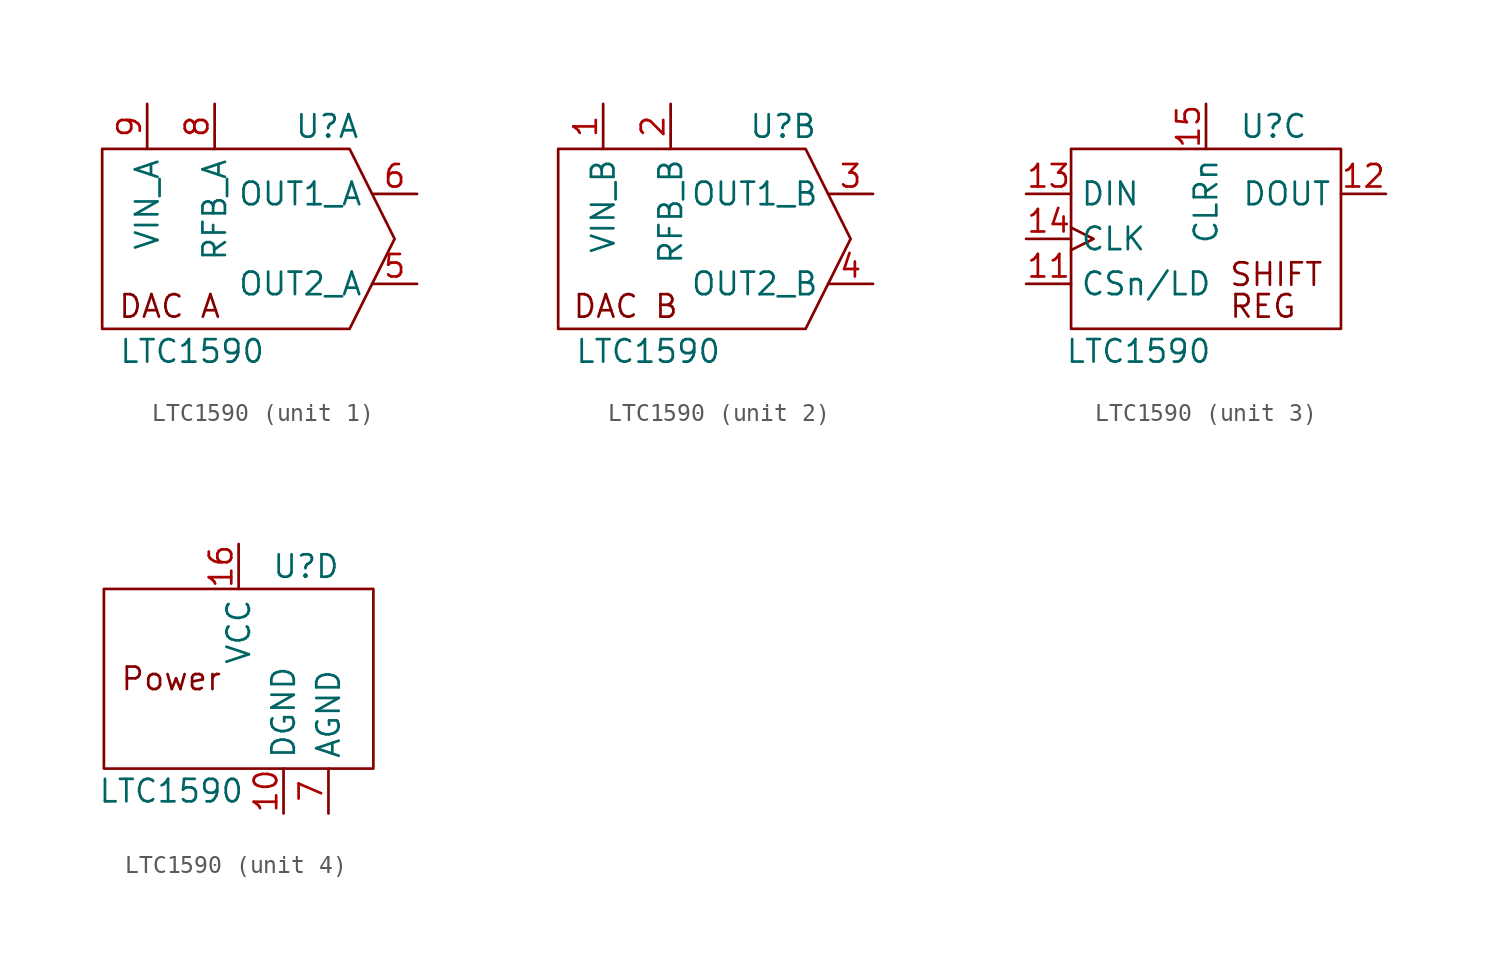
<source format=kicad_sym>
(kicad_symbol_lib
  (version 20231120)
  (generator "kicad_symbol_editor")
  (generator_version "8.0")
  (symbol "LTC1590"
    (property "Reference" "U"
      (at 3.81 6.35 0)
      (effects (font (size 1.27 1.27))))
    (property "Value" "LTC1590"
      (at -3.81 -6.35 0)
      (effects (font (size 1.27 1.27))))
    (property "ki_locked" ""
      (at 0 0 0)
      (effects (font (size 1.27 1.27))))
    (symbol "LTC1590_1_0"
      (text "DAC A" (at -5.08 -3.81 0) (effects (font (size 1.27 1.27)))))
    (symbol "LTC1590_1_1"
      (polyline (pts (xy -8.89 5.08) (xy -8.89 -5.08) (xy 5.08 -5.08) (xy 7.62 0) (xy 5.08 5.08) (xy -8.89 5.08)) (stroke (width 0) (type default)) (fill (type none)))
      (pin output line (at 8.89 -2.54 180) (length 2.54) (name "OUT2_A" (effects (font (size 1.27 1.27)))) (number "5" (effects (font (size 1.27 1.27)))))
      (pin output line (at 8.89 2.54 180) (length 2.54) (name "OUT1_A" (effects (font (size 1.27 1.27)))) (number "6" (effects (font (size 1.27 1.27)))))
      (pin input line (at -2.54 7.62 270) (length 2.54) (name "RFB_A" (effects (font (size 1.27 1.27)))) (number "8" (effects (font (size 1.27 1.27)))))
      (pin input line (at -6.35 7.62 270) (length 2.54) (name "VIN_A" (effects (font (size 1.27 1.27)))) (number "9" (effects (font (size 1.27 1.27))))))
    (symbol "LTC1590_2_0"
      (text "DAC B" (at -5.08 -3.81 0) (effects (font (size 1.27 1.27)))))
    (symbol "LTC1590_2_1"
      (polyline (pts (xy -8.89 5.08) (xy -8.89 -5.08) (xy 5.08 -5.08) (xy 7.62 0) (xy 5.08 5.08) (xy -8.89 5.08)) (stroke (width 0) (type default)) (fill (type none)))
      (pin input line (at -6.35 7.62 270) (length 2.54) (name "VIN_B" (effects (font (size 1.27 1.27)))) (number "1" (effects (font (size 1.27 1.27)))))
      (pin input line (at -2.54 7.62 270) (length 2.54) (name "RFB_B" (effects (font (size 1.27 1.27)))) (number "2" (effects (font (size 1.27 1.27)))))
      (pin output line (at 8.89 2.54 180) (length 2.54) (name "OUT1_B" (effects (font (size 1.27 1.27)))) (number "3" (effects (font (size 1.27 1.27)))))
      (pin output line (at 8.89 -2.54 180) (length 2.54) (name "OUT2_B" (effects (font (size 1.27 1.27)))) (number "4" (effects (font (size 1.27 1.27))))))
    (symbol "LTC1590_3_0"
      (rectangle (start -7.62 5.08) (end 7.62 -5.08) (stroke (width 0) (type default)) (fill (type none)))
      (text "REG" (at 1.27 -3.81 0) (effects (font (size 1.27 1.27)) (justify left)))
      (text "SHIFT" (at 1.27 -1.27 0) (effects (font (size 1.27 1.27)) (justify left top))))
    (symbol "LTC1590_3_1"
      (pin input line (at -10.16 -2.54 0) (length 2.54) (name "CSn/LD" (effects (font (size 1.27 1.27)))) (number "11" (effects (font (size 1.27 1.27)))))
      (pin output line (at 10.16 2.54 180) (length 2.54) (name "DOUT" (effects (font (size 1.27 1.27)))) (number "12" (effects (font (size 1.27 1.27)))))
      (pin input line (at -10.16 2.54 0) (length 2.54) (name "DIN" (effects (font (size 1.27 1.27)))) (number "13" (effects (font (size 1.27 1.27)))))
      (pin input clock (at -10.16 0 0) (length 2.54) (name "CLK" (effects (font (size 1.27 1.27)))) (number "14" (effects (font (size 1.27 1.27)))))
      (pin input line (at 0 7.62 270) (length 2.54) (name "CLRn" (effects (font (size 1.27 1.27)))) (number "15" (effects (font (size 1.27 1.27))))))
    (symbol "LTC1590_4_0"
      (rectangle (start -7.62 -5.08) (end 7.62 5.08) (stroke (width 0) (type default)) (fill (type none)))
      (text "Power" (at -3.81 0 0) (effects (font (size 1.27 1.27)))))
    (symbol "LTC1590_4_1"
      (pin power_in line (at 2.54 -7.62 90) (length 2.54) (name "DGND" (effects (font (size 1.27 1.27)))) (number "10" (effects (font (size 1.27 1.27)))))
      (pin power_in line (at 0 7.62 270) (length 2.54) (name "VCC" (effects (font (size 1.27 1.27)))) (number "16" (effects (font (size 1.27 1.27)))))
      (pin power_in line (at 5.08 -7.62 90) (length 2.54) (name "AGND" (effects (font (size 1.27 1.27)))) (number "7" (effects (font (size 1.27 1.27))))))))
</source>
